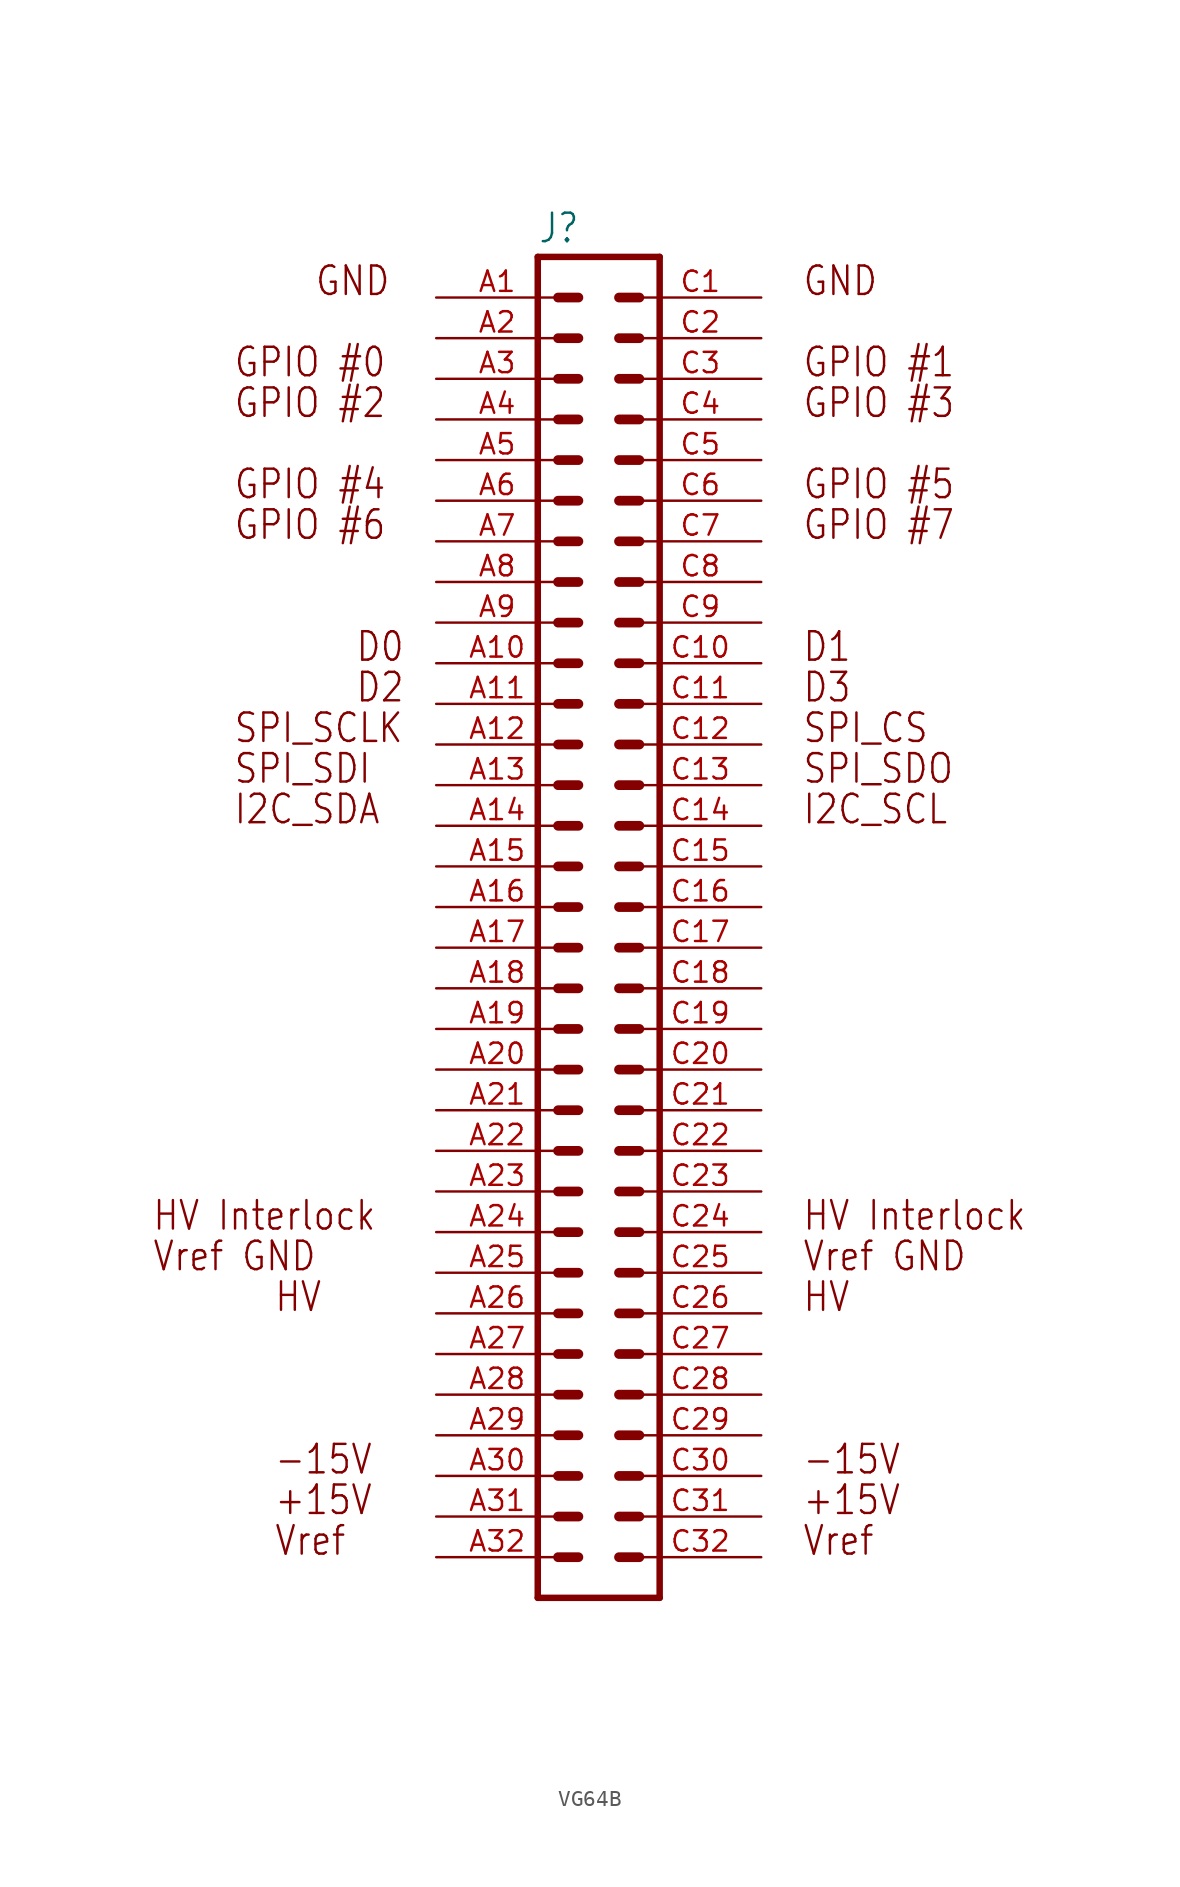
<source format=kicad_sym>
(kicad_symbol_lib
  (version 20231120)
  (generator "kicad_symbol_editor")
  (generator_version "8.0")
  (symbol "VG64B"
    (property "Reference" "J"
      (at -3.81 41.402 0)
      (effects (font (size 1.778 1.511)) (justify left bottom)))
    (property "Value" ""
      (at -3.81 -45.72 0)
      (effects (font (size 1.778 1.511)) (justify left bottom)))
    (property "ki_locked" ""
      (at 0 0 0)
      (effects (font (size 1.27 1.27))))
    (symbol "VG64B_1_0"
      (polyline (pts (xy -3.81 40.64) (xy -3.81 -43.18)) (stroke (width 0.406) (type solid)) (fill (type none)))
      (polyline (pts (xy -3.81 40.64) (xy 3.81 40.64)) (stroke (width 0.406) (type solid)) (fill (type none)))
      (polyline (pts (xy -2.54 -40.64) (xy -1.27 -40.64)) (stroke (width 0.61) (type solid)) (fill (type none)))
      (polyline (pts (xy -2.54 -38.1) (xy -1.27 -38.1)) (stroke (width 0.61) (type solid)) (fill (type none)))
      (polyline (pts (xy -2.54 -35.56) (xy -1.27 -35.56)) (stroke (width 0.61) (type solid)) (fill (type none)))
      (polyline (pts (xy -2.54 -33.02) (xy -1.27 -33.02)) (stroke (width 0.61) (type solid)) (fill (type none)))
      (polyline (pts (xy -2.54 -30.48) (xy -1.27 -30.48)) (stroke (width 0.61) (type solid)) (fill (type none)))
      (polyline (pts (xy -2.54 -27.94) (xy -1.27 -27.94)) (stroke (width 0.61) (type solid)) (fill (type none)))
      (polyline (pts (xy -2.54 -25.4) (xy -1.27 -25.4)) (stroke (width 0.61) (type solid)) (fill (type none)))
      (polyline (pts (xy -2.54 -22.86) (xy -1.27 -22.86)) (stroke (width 0.61) (type solid)) (fill (type none)))
      (polyline (pts (xy -2.54 -20.32) (xy -1.27 -20.32)) (stroke (width 0.61) (type solid)) (fill (type none)))
      (polyline (pts (xy -2.54 -17.78) (xy -1.27 -17.78)) (stroke (width 0.61) (type solid)) (fill (type none)))
      (polyline (pts (xy -2.54 -15.24) (xy -1.27 -15.24)) (stroke (width 0.61) (type solid)) (fill (type none)))
      (polyline (pts (xy -2.54 -12.7) (xy -1.27 -12.7)) (stroke (width 0.61) (type solid)) (fill (type none)))
      (polyline (pts (xy -2.54 -10.16) (xy -1.27 -10.16)) (stroke (width 0.61) (type solid)) (fill (type none)))
      (polyline (pts (xy -2.54 -7.62) (xy -1.27 -7.62)) (stroke (width 0.61) (type solid)) (fill (type none)))
      (polyline (pts (xy -2.54 -5.08) (xy -1.27 -5.08)) (stroke (width 0.61) (type solid)) (fill (type none)))
      (polyline (pts (xy -2.54 -2.54) (xy -1.27 -2.54)) (stroke (width 0.61) (type solid)) (fill (type none)))
      (polyline (pts (xy -2.54 0) (xy -1.27 0)) (stroke (width 0.61) (type solid)) (fill (type none)))
      (polyline (pts (xy -2.54 2.54) (xy -1.27 2.54)) (stroke (width 0.61) (type solid)) (fill (type none)))
      (polyline (pts (xy -2.54 5.08) (xy -1.27 5.08)) (stroke (width 0.61) (type solid)) (fill (type none)))
      (polyline (pts (xy -2.54 7.62) (xy -1.27 7.62)) (stroke (width 0.61) (type solid)) (fill (type none)))
      (polyline (pts (xy -2.54 10.16) (xy -1.27 10.16)) (stroke (width 0.61) (type solid)) (fill (type none)))
      (polyline (pts (xy -2.54 12.7) (xy -1.27 12.7)) (stroke (width 0.61) (type solid)) (fill (type none)))
      (polyline (pts (xy -2.54 15.24) (xy -1.27 15.24)) (stroke (width 0.61) (type solid)) (fill (type none)))
      (polyline (pts (xy -2.54 17.78) (xy -1.27 17.78)) (stroke (width 0.61) (type solid)) (fill (type none)))
      (polyline (pts (xy -2.54 20.32) (xy -1.27 20.32)) (stroke (width 0.61) (type solid)) (fill (type none)))
      (polyline (pts (xy -2.54 22.86) (xy -1.27 22.86)) (stroke (width 0.61) (type solid)) (fill (type none)))
      (polyline (pts (xy -2.54 25.4) (xy -1.27 25.4)) (stroke (width 0.61) (type solid)) (fill (type none)))
      (polyline (pts (xy -2.54 27.94) (xy -1.27 27.94)) (stroke (width 0.61) (type solid)) (fill (type none)))
      (polyline (pts (xy -2.54 30.48) (xy -1.27 30.48)) (stroke (width 0.61) (type solid)) (fill (type none)))
      (polyline (pts (xy -2.54 33.02) (xy -1.27 33.02)) (stroke (width 0.61) (type solid)) (fill (type none)))
      (polyline (pts (xy -2.54 35.56) (xy -1.27 35.56)) (stroke (width 0.61) (type solid)) (fill (type none)))
      (polyline (pts (xy -2.54 38.1) (xy -1.27 38.1)) (stroke (width 0.61) (type solid)) (fill (type none)))
      (polyline (pts (xy 1.27 -40.64) (xy 2.54 -40.64)) (stroke (width 0.61) (type solid)) (fill (type none)))
      (polyline (pts (xy 1.27 -38.1) (xy 2.54 -38.1)) (stroke (width 0.61) (type solid)) (fill (type none)))
      (polyline (pts (xy 1.27 -35.56) (xy 2.54 -35.56)) (stroke (width 0.61) (type solid)) (fill (type none)))
      (polyline (pts (xy 1.27 -33.02) (xy 2.54 -33.02)) (stroke (width 0.61) (type solid)) (fill (type none)))
      (polyline (pts (xy 1.27 -30.48) (xy 2.54 -30.48)) (stroke (width 0.61) (type solid)) (fill (type none)))
      (polyline (pts (xy 1.27 -27.94) (xy 2.54 -27.94)) (stroke (width 0.61) (type solid)) (fill (type none)))
      (polyline (pts (xy 1.27 -25.4) (xy 2.54 -25.4)) (stroke (width 0.61) (type solid)) (fill (type none)))
      (polyline (pts (xy 1.27 -22.86) (xy 2.54 -22.86)) (stroke (width 0.61) (type solid)) (fill (type none)))
      (polyline (pts (xy 1.27 -20.32) (xy 2.54 -20.32)) (stroke (width 0.61) (type solid)) (fill (type none)))
      (polyline (pts (xy 1.27 -17.78) (xy 2.54 -17.78)) (stroke (width 0.61) (type solid)) (fill (type none)))
      (polyline (pts (xy 1.27 -15.24) (xy 2.54 -15.24)) (stroke (width 0.61) (type solid)) (fill (type none)))
      (polyline (pts (xy 1.27 -12.7) (xy 2.54 -12.7)) (stroke (width 0.61) (type solid)) (fill (type none)))
      (polyline (pts (xy 1.27 -10.16) (xy 2.54 -10.16)) (stroke (width 0.61) (type solid)) (fill (type none)))
      (polyline (pts (xy 1.27 -7.62) (xy 2.54 -7.62)) (stroke (width 0.61) (type solid)) (fill (type none)))
      (polyline (pts (xy 1.27 -5.08) (xy 2.54 -5.08)) (stroke (width 0.61) (type solid)) (fill (type none)))
      (polyline (pts (xy 1.27 -2.54) (xy 2.54 -2.54)) (stroke (width 0.61) (type solid)) (fill (type none)))
      (polyline (pts (xy 1.27 0) (xy 2.54 0)) (stroke (width 0.61) (type solid)) (fill (type none)))
      (polyline (pts (xy 1.27 2.54) (xy 2.54 2.54)) (stroke (width 0.61) (type solid)) (fill (type none)))
      (polyline (pts (xy 1.27 5.08) (xy 2.54 5.08)) (stroke (width 0.61) (type solid)) (fill (type none)))
      (polyline (pts (xy 1.27 7.62) (xy 2.54 7.62)) (stroke (width 0.61) (type solid)) (fill (type none)))
      (polyline (pts (xy 1.27 10.16) (xy 2.54 10.16)) (stroke (width 0.61) (type solid)) (fill (type none)))
      (polyline (pts (xy 1.27 12.7) (xy 2.54 12.7)) (stroke (width 0.61) (type solid)) (fill (type none)))
      (polyline (pts (xy 1.27 15.24) (xy 2.54 15.24)) (stroke (width 0.61) (type solid)) (fill (type none)))
      (polyline (pts (xy 1.27 17.78) (xy 2.54 17.78)) (stroke (width 0.61) (type solid)) (fill (type none)))
      (polyline (pts (xy 1.27 20.32) (xy 2.54 20.32)) (stroke (width 0.61) (type solid)) (fill (type none)))
      (polyline (pts (xy 1.27 22.86) (xy 2.54 22.86)) (stroke (width 0.61) (type solid)) (fill (type none)))
      (polyline (pts (xy 1.27 25.4) (xy 2.54 25.4)) (stroke (width 0.61) (type solid)) (fill (type none)))
      (polyline (pts (xy 1.27 27.94) (xy 2.54 27.94)) (stroke (width 0.61) (type solid)) (fill (type none)))
      (polyline (pts (xy 1.27 30.48) (xy 2.54 30.48)) (stroke (width 0.61) (type solid)) (fill (type none)))
      (polyline (pts (xy 1.27 33.02) (xy 2.54 33.02)) (stroke (width 0.61) (type solid)) (fill (type none)))
      (polyline (pts (xy 1.27 35.56) (xy 2.54 35.56)) (stroke (width 0.61) (type solid)) (fill (type none)))
      (polyline (pts (xy 1.27 38.1) (xy 2.54 38.1)) (stroke (width 0.61) (type solid)) (fill (type none)))
      (polyline (pts (xy 3.81 -43.18) (xy -3.81 -43.18)) (stroke (width 0.406) (type solid)) (fill (type none)))
      (polyline (pts (xy 3.81 -43.18) (xy 3.81 40.64)) (stroke (width 0.406) (type solid)) (fill (type none)))
      (text "+15V" (at -20.32 -38.1 0) (effects (font (size 1.778 1.511)) (justify left bottom)))
      (text "+15V" (at 12.7 -38.1 0) (effects (font (size 1.778 1.511)) (justify left bottom)))
      (text "-15V" (at -20.32 -35.56 0) (effects (font (size 1.778 1.511)) (justify left bottom)))
      (text "-15V" (at 12.7 -35.56 0) (effects (font (size 1.778 1.511)) (justify left bottom)))
      (text "D0" (at -15.24 15.24 0) (effects (font (size 1.778 1.511)) (justify left bottom)))
      (text "D1" (at 12.7 15.24 0) (effects (font (size 1.778 1.511)) (justify left bottom)))
      (text "D2" (at -15.24 12.7 0) (effects (font (size 1.778 1.511)) (justify left bottom)))
      (text "D3" (at 12.7 12.7 0) (effects (font (size 1.778 1.511)) (justify left bottom)))
      (text "GND" (at -17.78 38.1 0) (effects (font (size 1.778 1.511)) (justify left bottom)))
      (text "GND" (at 12.7 38.1 0) (effects (font (size 1.778 1.511)) (justify left bottom)))
      (text "GPIO #0" (at -22.86 33.02 0) (effects (font (size 1.778 1.511)) (justify left bottom)))
      (text "GPIO #1" (at 12.7 33.02 0) (effects (font (size 1.778 1.511)) (justify left bottom)))
      (text "GPIO #2" (at -22.86 30.48 0) (effects (font (size 1.778 1.511)) (justify left bottom)))
      (text "GPIO #3" (at 12.7 30.48 0) (effects (font (size 1.778 1.511)) (justify left bottom)))
      (text "GPIO #4" (at -22.86 25.4 0) (effects (font (size 1.778 1.511)) (justify left bottom)))
      (text "GPIO #5" (at 12.7 25.4 0) (effects (font (size 1.778 1.511)) (justify left bottom)))
      (text "GPIO #6" (at -22.86 22.86 0) (effects (font (size 1.778 1.511)) (justify left bottom)))
      (text "GPIO #7" (at 12.7 22.86 0) (effects (font (size 1.778 1.511)) (justify left bottom)))
      (text "HV" (at -20.32 -25.4 0) (effects (font (size 1.778 1.511)) (justify left bottom)))
      (text "HV" (at 12.7 -25.4 0) (effects (font (size 1.778 1.511)) (justify left bottom)))
      (text "HV Interlock" (at -27.94 -20.32 0) (effects (font (size 1.778 1.511)) (justify left bottom)))
      (text "HV Interlock" (at 12.7 -20.32 0) (effects (font (size 1.778 1.511)) (justify left bottom)))
      (text "I2C_SCL" (at 12.7 5.08 0) (effects (font (size 1.778 1.511)) (justify left bottom)))
      (text "I2C_SDA" (at -22.86 5.08 0) (effects (font (size 1.778 1.511)) (justify left bottom)))
      (text "SPI_CS" (at 12.7 10.16 0) (effects (font (size 1.778 1.511)) (justify left bottom)))
      (text "SPI_SCLK" (at -22.86 10.16 0) (effects (font (size 1.778 1.511)) (justify left bottom)))
      (text "SPI_SDI" (at -22.86 7.62 0) (effects (font (size 1.778 1.511)) (justify left bottom)))
      (text "SPI_SDO" (at 12.7 7.62 0) (effects (font (size 1.778 1.511)) (justify left bottom)))
      (text "Vref" (at -20.32 -40.64 0) (effects (font (size 1.778 1.511)) (justify left bottom)))
      (text "Vref" (at 12.7 -40.64 0) (effects (font (size 1.778 1.511)) (justify left bottom)))
      (text "Vref GND" (at -27.94 -22.86 0) (effects (font (size 1.778 1.511)) (justify left bottom)))
      (text "Vref GND" (at 12.7 -22.86 0) (effects (font (size 1.778 1.511)) (justify left bottom)))
      (pin passive line (at -10.16 38.1 0) (length 7.62) (name "A1" (effects (font (size 0 0)))) (number "A1" (effects (font (size 1.27 1.27)))))
      (pin passive line (at -10.16 15.24 0) (length 7.62) (name "A10" (effects (font (size 0 0)))) (number "A10" (effects (font (size 1.27 1.27)))))
      (pin passive line (at -10.16 12.7 0) (length 7.62) (name "A11" (effects (font (size 0 0)))) (number "A11" (effects (font (size 1.27 1.27)))))
      (pin passive line (at -10.16 10.16 0) (length 7.62) (name "A12" (effects (font (size 0 0)))) (number "A12" (effects (font (size 1.27 1.27)))))
      (pin passive line (at -10.16 7.62 0) (length 7.62) (name "A13" (effects (font (size 0 0)))) (number "A13" (effects (font (size 1.27 1.27)))))
      (pin passive line (at -10.16 5.08 0) (length 7.62) (name "A14" (effects (font (size 0 0)))) (number "A14" (effects (font (size 1.27 1.27)))))
      (pin passive line (at -10.16 2.54 0) (length 7.62) (name "A15" (effects (font (size 0 0)))) (number "A15" (effects (font (size 1.27 1.27)))))
      (pin passive line (at -10.16 0 0) (length 7.62) (name "A16" (effects (font (size 0 0)))) (number "A16" (effects (font (size 1.27 1.27)))))
      (pin passive line (at -10.16 -2.54 0) (length 7.62) (name "A17" (effects (font (size 0 0)))) (number "A17" (effects (font (size 1.27 1.27)))))
      (pin passive line (at -10.16 -5.08 0) (length 7.62) (name "A18" (effects (font (size 0 0)))) (number "A18" (effects (font (size 1.27 1.27)))))
      (pin passive line (at -10.16 -7.62 0) (length 7.62) (name "A19" (effects (font (size 0 0)))) (number "A19" (effects (font (size 1.27 1.27)))))
      (pin passive line (at -10.16 35.56 0) (length 7.62) (name "A2" (effects (font (size 0 0)))) (number "A2" (effects (font (size 1.27 1.27)))))
      (pin passive line (at -10.16 -10.16 0) (length 7.62) (name "A20" (effects (font (size 0 0)))) (number "A20" (effects (font (size 1.27 1.27)))))
      (pin passive line (at -10.16 -12.7 0) (length 7.62) (name "A21" (effects (font (size 0 0)))) (number "A21" (effects (font (size 1.27 1.27)))))
      (pin passive line (at -10.16 -15.24 0) (length 7.62) (name "A22" (effects (font (size 0 0)))) (number "A22" (effects (font (size 1.27 1.27)))))
      (pin passive line (at -10.16 -17.78 0) (length 7.62) (name "A23" (effects (font (size 0 0)))) (number "A23" (effects (font (size 1.27 1.27)))))
      (pin passive line (at -10.16 -20.32 0) (length 7.62) (name "A24" (effects (font (size 0 0)))) (number "A24" (effects (font (size 1.27 1.27)))))
      (pin passive line (at -10.16 -22.86 0) (length 7.62) (name "A25" (effects (font (size 0 0)))) (number "A25" (effects (font (size 1.27 1.27)))))
      (pin passive line (at -10.16 -25.4 0) (length 7.62) (name "A26" (effects (font (size 0 0)))) (number "A26" (effects (font (size 1.27 1.27)))))
      (pin passive line (at -10.16 -27.94 0) (length 7.62) (name "A27" (effects (font (size 0 0)))) (number "A27" (effects (font (size 1.27 1.27)))))
      (pin passive line (at -10.16 -30.48 0) (length 7.62) (name "A28" (effects (font (size 0 0)))) (number "A28" (effects (font (size 1.27 1.27)))))
      (pin passive line (at -10.16 -33.02 0) (length 7.62) (name "A29" (effects (font (size 0 0)))) (number "A29" (effects (font (size 1.27 1.27)))))
      (pin passive line (at -10.16 33.02 0) (length 7.62) (name "A3" (effects (font (size 0 0)))) (number "A3" (effects (font (size 1.27 1.27)))))
      (pin passive line (at -10.16 -35.56 0) (length 7.62) (name "A30" (effects (font (size 0 0)))) (number "A30" (effects (font (size 1.27 1.27)))))
      (pin passive line (at -10.16 -38.1 0) (length 7.62) (name "A31" (effects (font (size 0 0)))) (number "A31" (effects (font (size 1.27 1.27)))))
      (pin passive line (at -10.16 -40.64 0) (length 7.62) (name "A32" (effects (font (size 0 0)))) (number "A32" (effects (font (size 1.27 1.27)))))
      (pin passive line (at -10.16 30.48 0) (length 7.62) (name "A4" (effects (font (size 0 0)))) (number "A4" (effects (font (size 1.27 1.27)))))
      (pin passive line (at -10.16 27.94 0) (length 7.62) (name "A5" (effects (font (size 0 0)))) (number "A5" (effects (font (size 1.27 1.27)))))
      (pin passive line (at -10.16 25.4 0) (length 7.62) (name "A6" (effects (font (size 0 0)))) (number "A6" (effects (font (size 1.27 1.27)))))
      (pin passive line (at -10.16 22.86 0) (length 7.62) (name "A7" (effects (font (size 0 0)))) (number "A7" (effects (font (size 1.27 1.27)))))
      (pin passive line (at -10.16 20.32 0) (length 7.62) (name "A8" (effects (font (size 0 0)))) (number "A8" (effects (font (size 1.27 1.27)))))
      (pin passive line (at -10.16 17.78 0) (length 7.62) (name "A9" (effects (font (size 0 0)))) (number "A9" (effects (font (size 1.27 1.27)))))
      (pin passive line (at 10.16 38.1 180) (length 7.62) (name "C1" (effects (font (size 0 0)))) (number "C1" (effects (font (size 1.27 1.27)))))
      (pin passive line (at 10.16 15.24 180) (length 7.62) (name "C10" (effects (font (size 0 0)))) (number "C10" (effects (font (size 1.27 1.27)))))
      (pin passive line (at 10.16 12.7 180) (length 7.62) (name "C11" (effects (font (size 0 0)))) (number "C11" (effects (font (size 1.27 1.27)))))
      (pin passive line (at 10.16 10.16 180) (length 7.62) (name "C12" (effects (font (size 0 0)))) (number "C12" (effects (font (size 1.27 1.27)))))
      (pin passive line (at 10.16 7.62 180) (length 7.62) (name "C13" (effects (font (size 0 0)))) (number "C13" (effects (font (size 1.27 1.27)))))
      (pin passive line (at 10.16 5.08 180) (length 7.62) (name "C14" (effects (font (size 0 0)))) (number "C14" (effects (font (size 1.27 1.27)))))
      (pin passive line (at 10.16 2.54 180) (length 7.62) (name "C15" (effects (font (size 0 0)))) (number "C15" (effects (font (size 1.27 1.27)))))
      (pin passive line (at 10.16 0 180) (length 7.62) (name "C16" (effects (font (size 0 0)))) (number "C16" (effects (font (size 1.27 1.27)))))
      (pin passive line (at 10.16 -2.54 180) (length 7.62) (name "C17" (effects (font (size 0 0)))) (number "C17" (effects (font (size 1.27 1.27)))))
      (pin passive line (at 10.16 -5.08 180) (length 7.62) (name "C18" (effects (font (size 0 0)))) (number "C18" (effects (font (size 1.27 1.27)))))
      (pin passive line (at 10.16 -7.62 180) (length 7.62) (name "C19" (effects (font (size 0 0)))) (number "C19" (effects (font (size 1.27 1.27)))))
      (pin passive line (at 10.16 35.56 180) (length 7.62) (name "C2" (effects (font (size 0 0)))) (number "C2" (effects (font (size 1.27 1.27)))))
      (pin passive line (at 10.16 -10.16 180) (length 7.62) (name "C20" (effects (font (size 0 0)))) (number "C20" (effects (font (size 1.27 1.27)))))
      (pin passive line (at 10.16 -12.7 180) (length 7.62) (name "C21" (effects (font (size 0 0)))) (number "C21" (effects (font (size 1.27 1.27)))))
      (pin passive line (at 10.16 -15.24 180) (length 7.62) (name "C22" (effects (font (size 0 0)))) (number "C22" (effects (font (size 1.27 1.27)))))
      (pin passive line (at 10.16 -17.78 180) (length 7.62) (name "C23" (effects (font (size 0 0)))) (number "C23" (effects (font (size 1.27 1.27)))))
      (pin passive line (at 10.16 -20.32 180) (length 7.62) (name "C24" (effects (font (size 0 0)))) (number "C24" (effects (font (size 1.27 1.27)))))
      (pin passive line (at 10.16 -22.86 180) (length 7.62) (name "C25" (effects (font (size 0 0)))) (number "C25" (effects (font (size 1.27 1.27)))))
      (pin passive line (at 10.16 -25.4 180) (length 7.62) (name "C26" (effects (font (size 0 0)))) (number "C26" (effects (font (size 1.27 1.27)))))
      (pin passive line (at 10.16 -27.94 180) (length 7.62) (name "C27" (effects (font (size 0 0)))) (number "C27" (effects (font (size 1.27 1.27)))))
      (pin passive line (at 10.16 -30.48 180) (length 7.62) (name "C28" (effects (font (size 0 0)))) (number "C28" (effects (font (size 1.27 1.27)))))
      (pin passive line (at 10.16 -33.02 180) (length 7.62) (name "C29" (effects (font (size 0 0)))) (number "C29" (effects (font (size 1.27 1.27)))))
      (pin passive line (at 10.16 33.02 180) (length 7.62) (name "C3" (effects (font (size 0 0)))) (number "C3" (effects (font (size 1.27 1.27)))))
      (pin passive line (at 10.16 -35.56 180) (length 7.62) (name "C30" (effects (font (size 0 0)))) (number "C30" (effects (font (size 1.27 1.27)))))
      (pin passive line (at 10.16 -38.1 180) (length 7.62) (name "C31" (effects (font (size 0 0)))) (number "C31" (effects (font (size 1.27 1.27)))))
      (pin passive line (at 10.16 -40.64 180) (length 7.62) (name "C32" (effects (font (size 0 0)))) (number "C32" (effects (font (size 1.27 1.27)))))
      (pin passive line (at 10.16 30.48 180) (length 7.62) (name "C4" (effects (font (size 0 0)))) (number "C4" (effects (font (size 1.27 1.27)))))
      (pin passive line (at 10.16 27.94 180) (length 7.62) (name "C5" (effects (font (size 0 0)))) (number "C5" (effects (font (size 1.27 1.27)))))
      (pin passive line (at 10.16 25.4 180) (length 7.62) (name "C6" (effects (font (size 0 0)))) (number "C6" (effects (font (size 1.27 1.27)))))
      (pin passive line (at 10.16 22.86 180) (length 7.62) (name "C7" (effects (font (size 0 0)))) (number "C7" (effects (font (size 1.27 1.27)))))
      (pin passive line (at 10.16 20.32 180) (length 7.62) (name "C8" (effects (font (size 0 0)))) (number "C8" (effects (font (size 1.27 1.27)))))
      (pin passive line (at 10.16 17.78 180) (length 7.62) (name "C9" (effects (font (size 0 0)))) (number "C9" (effects (font (size 1.27 1.27))))))))
</source>
